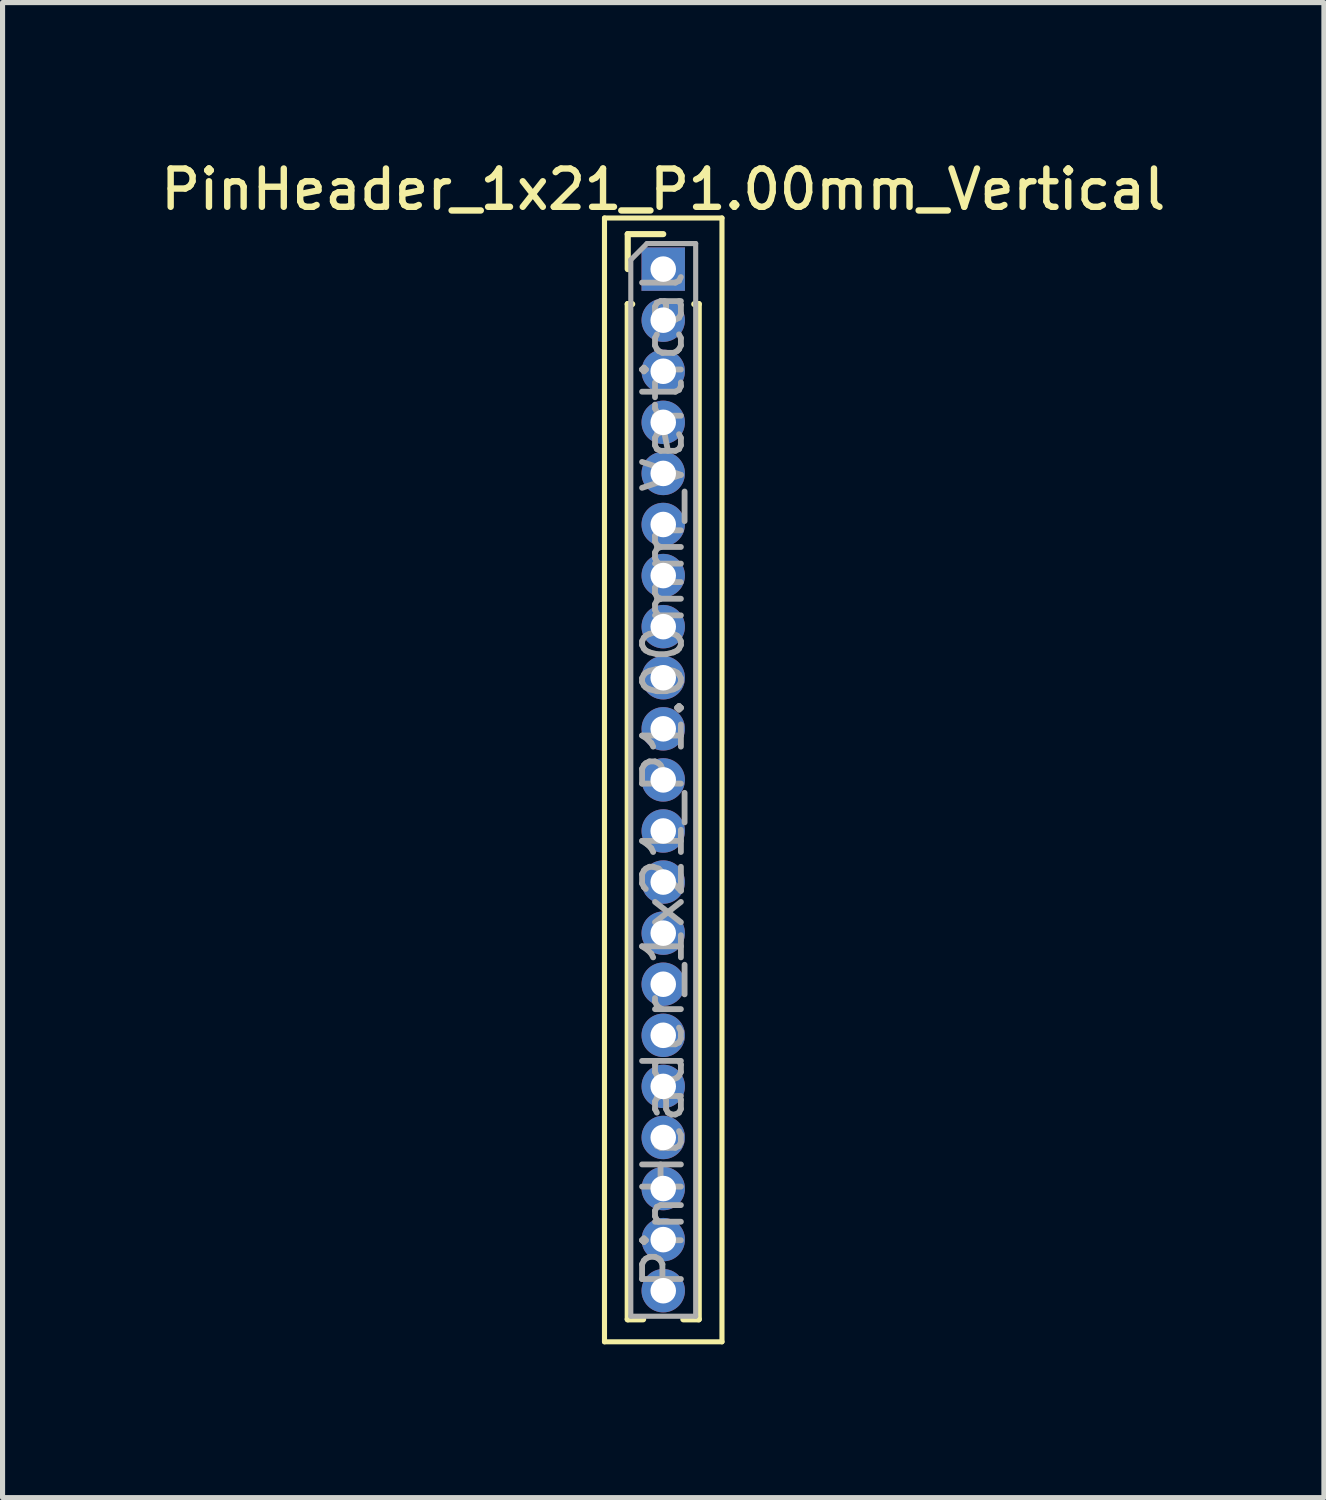
<source format=kicad_pcb>
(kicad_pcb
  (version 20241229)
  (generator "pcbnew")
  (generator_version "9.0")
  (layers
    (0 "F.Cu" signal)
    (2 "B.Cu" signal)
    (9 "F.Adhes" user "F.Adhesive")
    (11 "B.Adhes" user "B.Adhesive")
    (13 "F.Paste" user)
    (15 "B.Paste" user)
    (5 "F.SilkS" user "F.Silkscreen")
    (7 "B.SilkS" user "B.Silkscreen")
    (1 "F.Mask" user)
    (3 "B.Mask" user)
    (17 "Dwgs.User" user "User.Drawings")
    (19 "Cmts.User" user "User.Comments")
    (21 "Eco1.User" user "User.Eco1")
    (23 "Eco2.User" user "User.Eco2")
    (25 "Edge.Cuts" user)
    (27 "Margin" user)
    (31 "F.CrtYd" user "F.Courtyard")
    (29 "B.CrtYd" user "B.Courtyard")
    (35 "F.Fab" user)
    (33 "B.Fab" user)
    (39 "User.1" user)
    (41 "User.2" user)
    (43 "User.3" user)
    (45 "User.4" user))
  (footprint "PinHeader_1x21_P1.00mm_Vertical"
    (layer "F.Cu")
    (at 9.934 2.218)
    (property "Reference" "PinHeader_1x21_P1.00mm_Vertical" (at 0 -1.56 0) (layer "F.SilkS") (effects (font (size 0.75 0.75) (thickness 0.125))))
    (attr through_hole)
    (fp_line (start -1.15 -1) (end -1.15 21) (stroke (width 0.1) (type solid)) (layer "F.SilkS"))
    (fp_line (start -1.15 21) (end 1.15 21) (stroke (width 0.1) (type solid)) (layer "F.SilkS"))
    (fp_line (start -0.695 -0.685) (end 0 -0.685) (stroke (width 0.12) (type solid)) (layer "F.SilkS"))
    (fp_line (start -0.695 0) (end -0.695 -0.685) (stroke (width 0.12) (type solid)) (layer "F.SilkS"))
    (fp_line (start -0.695 0.685) (end -0.695 20.56) (stroke (width 0.12) (type solid)) (layer "F.SilkS"))
    (fp_line (start -0.695 0.685) (end -0.608 0.685) (stroke (width 0.12) (type solid)) (layer "F.SilkS"))
    (fp_line (start -0.695 20.56) (end -0.394 20.56) (stroke (width 0.12) (type solid)) (layer "F.SilkS"))
    (fp_line (start 0.394 20.56) (end 0.695 20.56) (stroke (width 0.12) (type solid)) (layer "F.SilkS"))
    (fp_line (start 0.608 0.685) (end 0.695 0.685) (stroke (width 0.12) (type solid)) (layer "F.SilkS"))
    (fp_line (start 0.695 0.685) (end 0.695 20.56) (stroke (width 0.12) (type solid)) (layer "F.SilkS"))
    (fp_line (start 1.15 -1) (end -1.15 -1) (stroke (width 0.1) (type solid)) (layer "F.SilkS"))
    (fp_line (start 1.15 21) (end 1.15 -1) (stroke (width 0.1) (type solid)) (layer "F.SilkS"))
    (fp_line (start -0.635 -0.182) (end -0.318 -0.5) (stroke (width 0.1) (type solid)) (layer "F.Fab"))
    (fp_line (start -0.635 20.5) (end -0.635 -0.182) (stroke (width 0.1) (type solid)) (layer "F.Fab"))
    (fp_line (start -0.318 -0.5) (end 0.635 -0.5) (stroke (width 0.1) (type solid)) (layer "F.Fab"))
    (fp_line (start 0.635 -0.5) (end 0.635 20.5) (stroke (width 0.1) (type solid)) (layer "F.Fab"))
    (fp_line (start 0.635 20.5) (end -0.635 20.5) (stroke (width 0.1) (type solid)) (layer "F.Fab"))
    (fp_text user "${REFERENCE}" (at 0 10 90) (layer "F.Fab") (effects (font (size 0.76 0.76) (thickness 0.114))))
    (pad "1" thru_hole rect (at 0 0) (size 0.85 0.85) (drill 0.5) (layers "*.Cu" "*.Mask"))
    (pad "2" thru_hole oval (at 0 1) (size 0.85 0.85) (drill 0.5) (layers "*.Cu" "*.Mask"))
    (pad "3" thru_hole oval (at 0 2) (size 0.85 0.85) (drill 0.5) (layers "*.Cu" "*.Mask"))
    (pad "4" thru_hole oval (at 0 3) (size 0.85 0.85) (drill 0.5) (layers "*.Cu" "*.Mask"))
    (pad "5" thru_hole oval (at 0 4) (size 0.85 0.85) (drill 0.5) (layers "*.Cu" "*.Mask"))
    (pad "6" thru_hole oval (at 0 5) (size 0.85 0.85) (drill 0.5) (layers "*.Cu" "*.Mask"))
    (pad "7" thru_hole oval (at 0 6) (size 0.85 0.85) (drill 0.5) (layers "*.Cu" "*.Mask"))
    (pad "8" thru_hole oval (at 0 7) (size 0.85 0.85) (drill 0.5) (layers "*.Cu" "*.Mask"))
    (pad "9" thru_hole oval (at 0 8) (size 0.85 0.85) (drill 0.5) (layers "*.Cu" "*.Mask"))
    (pad "10" thru_hole oval (at 0 9) (size 0.85 0.85) (drill 0.5) (layers "*.Cu" "*.Mask"))
    (pad "11" thru_hole oval (at 0 10) (size 0.85 0.85) (drill 0.5) (layers "*.Cu" "*.Mask"))
    (pad "12" thru_hole oval (at 0 11) (size 0.85 0.85) (drill 0.5) (layers "*.Cu" "*.Mask"))
    (pad "13" thru_hole oval (at 0 12) (size 0.85 0.85) (drill 0.5) (layers "*.Cu" "*.Mask"))
    (pad "14" thru_hole oval (at 0 13) (size 0.85 0.85) (drill 0.5) (layers "*.Cu" "*.Mask"))
    (pad "15" thru_hole oval (at 0 14) (size 0.85 0.85) (drill 0.5) (layers "*.Cu" "*.Mask"))
    (pad "16" thru_hole oval (at 0 15) (size 0.85 0.85) (drill 0.5) (layers "*.Cu" "*.Mask"))
    (pad "17" thru_hole oval (at 0 16) (size 0.85 0.85) (drill 0.5) (layers "*.Cu" "*.Mask"))
    (pad "18" thru_hole oval (at 0 17) (size 0.85 0.85) (drill 0.5) (layers "*.Cu" "*.Mask"))
    (pad "19" thru_hole oval (at 0 18) (size 0.85 0.85) (drill 0.5) (layers "*.Cu" "*.Mask"))
    (pad "20" thru_hole oval (at 0 19) (size 0.85 0.85) (drill 0.5) (layers "*.Cu" "*.Mask"))
    (pad "21" thru_hole oval (at 0 20) (size 0.85 0.85) (drill 0.5) (layers "*.Cu" "*.Mask")))
  (gr_rect
    (start -3 -3)
    (end 22.868 26.268)
    (stroke (width 0.1) (type default))
    (fill no)
    (layer "Edge.Cuts")))
</source>
